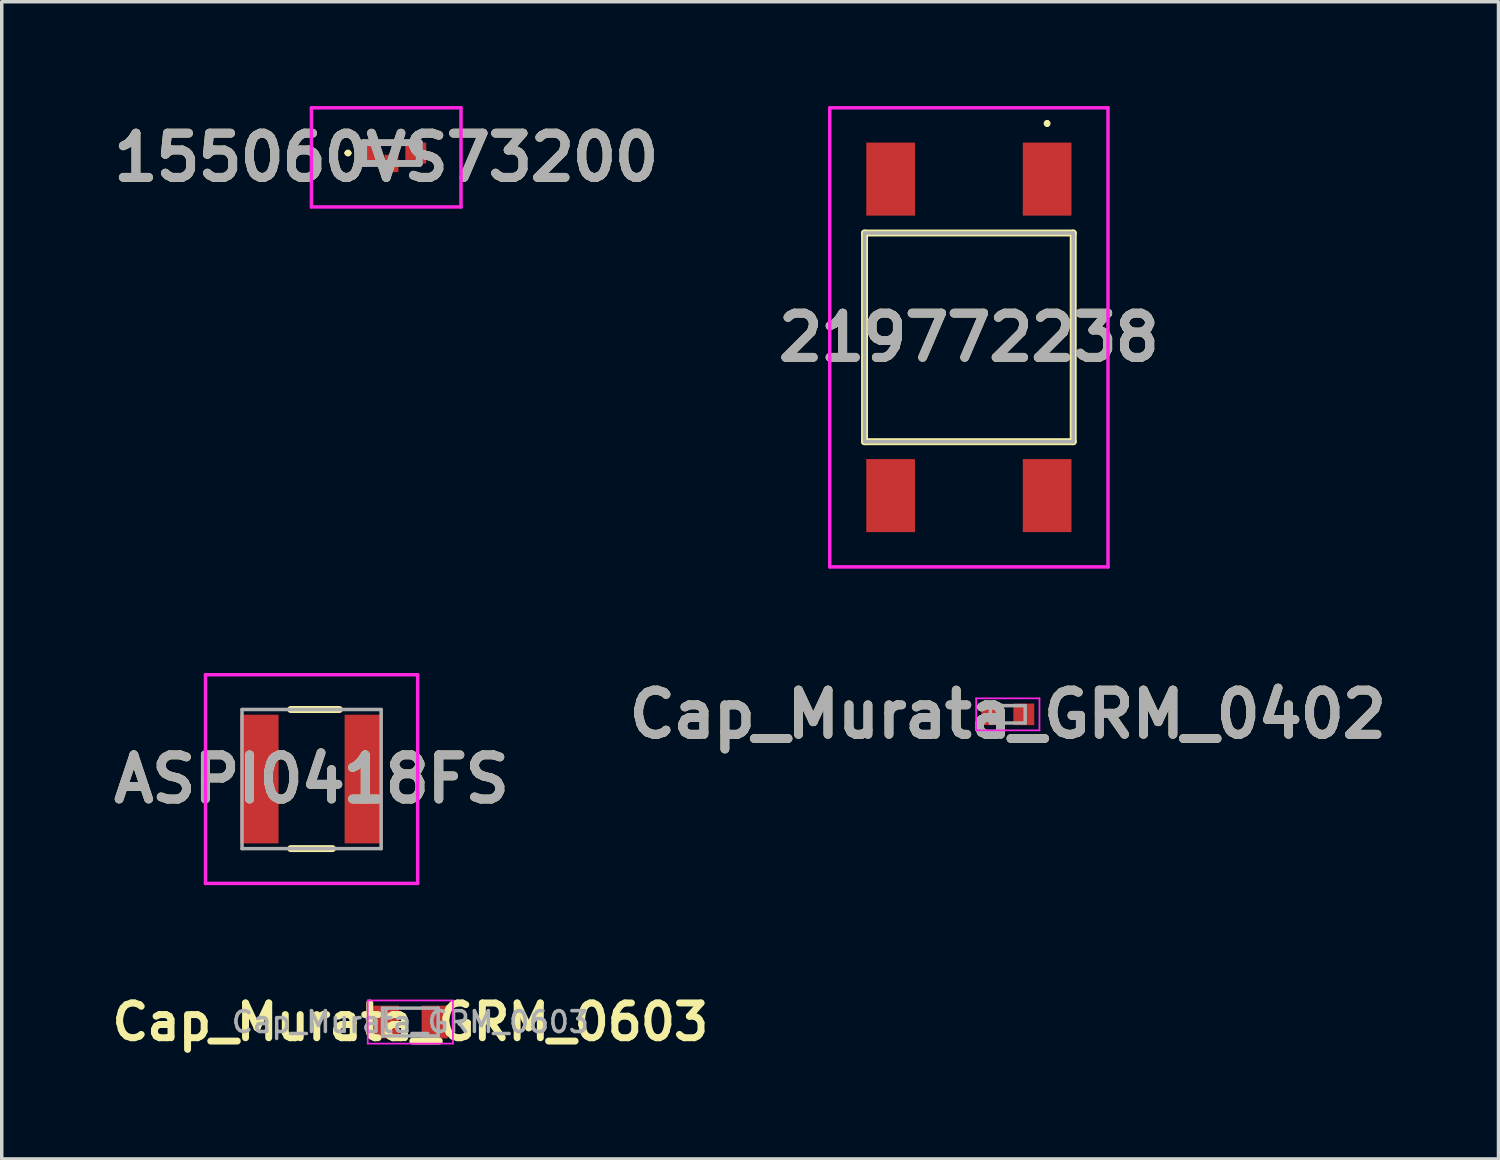
<source format=kicad_pcb>
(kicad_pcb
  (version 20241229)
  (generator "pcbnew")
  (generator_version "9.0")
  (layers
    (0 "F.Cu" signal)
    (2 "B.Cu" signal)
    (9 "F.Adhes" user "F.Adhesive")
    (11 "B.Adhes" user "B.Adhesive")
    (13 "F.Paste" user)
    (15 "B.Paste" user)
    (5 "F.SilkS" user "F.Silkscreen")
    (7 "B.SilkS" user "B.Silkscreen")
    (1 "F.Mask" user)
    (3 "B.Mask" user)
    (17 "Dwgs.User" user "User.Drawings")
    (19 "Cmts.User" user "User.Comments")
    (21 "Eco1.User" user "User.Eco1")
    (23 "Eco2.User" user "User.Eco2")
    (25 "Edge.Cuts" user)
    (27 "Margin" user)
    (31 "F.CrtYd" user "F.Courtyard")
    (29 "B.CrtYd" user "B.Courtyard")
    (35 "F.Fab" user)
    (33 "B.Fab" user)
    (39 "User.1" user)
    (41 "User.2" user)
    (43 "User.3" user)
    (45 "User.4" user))
  (footprint "Cap_Murata_GRM_0402"
    (layer "F.Cu")
    (at 25.927 17.489)
    (property "Reference" "Cap_Murata_GRM_0402" (at 0 0 0) (layer "F.SilkS") (effects (font (size 1.27 1.27) (thickness 0.254))))
    (attr smd)
    (fp_line (start -0.91 -0.46) (end 0.91 -0.46) (stroke (width 0.05) (type solid)) (layer "F.CrtYd"))
    (fp_line (start -0.91 0.46) (end -0.91 -0.46) (stroke (width 0.05) (type solid)) (layer "F.CrtYd"))
    (fp_line (start 0.91 -0.46) (end 0.91 0.46) (stroke (width 0.05) (type solid)) (layer "F.CrtYd"))
    (fp_line (start 0.91 0.46) (end -0.91 0.46) (stroke (width 0.05) (type solid)) (layer "F.CrtYd"))
    (fp_line (start -0.5 -0.25) (end 0.5 -0.25) (stroke (width 0.1) (type solid)) (layer "F.Fab"))
    (fp_line (start -0.5 0.25) (end -0.5 -0.25) (stroke (width 0.1) (type solid)) (layer "F.Fab"))
    (fp_line (start 0.5 -0.25) (end 0.5 0.25) (stroke (width 0.1) (type solid)) (layer "F.Fab"))
    (fp_line (start 0.5 0.25) (end -0.5 0.25) (stroke (width 0.1) (type solid)) (layer "F.Fab"))
    (fp_text user "${REFERENCE}" (at 0 0 0) (layer "F.Fab") (effects (font (size 1.27 1.27) (thickness 0.254))))
    (pad "1" smd rect (at -0.46 0) (size 0.6 0.62) (layers "F.Cu" "F.Mask" "F.Paste"))
    (pad "2" smd rect (at 0.46 0) (size 0.6 0.62) (layers "F.Cu" "F.Mask" "F.Paste")))
  (footprint "155060VS73200"
    (layer "F.Cu")
    (at 8.205 1.35)
    (property "Reference" "155060VS73200" (at -0.15 0.125 0) (layer "F.SilkS") (effects (font (size 1.27 1.27) (thickness 0.254))))
    (attr smd)
    (fp_line (start -1.3 0) (end -1.3 0) (stroke (width 0.1) (type solid)) (layer "F.SilkS"))
    (fp_line (start -1.2 0) (end -1.2 0) (stroke (width 0.1) (type solid)) (layer "F.SilkS"))
    (fp_arc (start -1.3 0) (mid -1.25 -0.05) (end -1.2 0) (stroke (width 0.1) (type solid)) (layer "F.SilkS"))
    (fp_arc (start -1.2 0) (mid -1.25 0.05) (end -1.3 0) (stroke (width 0.1) (type solid)) (layer "F.SilkS"))
    (fp_line (start -2.3 -1.3) (end 2 -1.3) (stroke (width 0.1) (type solid)) (layer "F.CrtYd"))
    (fp_line (start -2.3 1.55) (end -2.3 -1.3) (stroke (width 0.1) (type solid)) (layer "F.CrtYd"))
    (fp_line (start 2 -1.3) (end 2 1.55) (stroke (width 0.1) (type solid)) (layer "F.CrtYd"))
    (fp_line (start 2 1.55) (end -2.3 1.55) (stroke (width 0.1) (type solid)) (layer "F.CrtYd"))
    (fp_line (start -0.8 -0.3) (end 0.8 -0.3) (stroke (width 0.2) (type solid)) (layer "F.Fab"))
    (fp_line (start -0.8 0.3) (end -0.8 -0.3) (stroke (width 0.2) (type solid)) (layer "F.Fab"))
    (fp_line (start 0.8 -0.3) (end 0.8 0.3) (stroke (width 0.2) (type solid)) (layer "F.Fab"))
    (fp_line (start 0.8 0.3) (end -0.8 0.3) (stroke (width 0.2) (type solid)) (layer "F.Fab"))
    (fp_text user "${REFERENCE}" (at -0.15 0.125 0) (layer "F.Fab") (effects (font (size 1.27 1.27) (thickness 0.254))))
    (pad "1" smd rect (at -0.7 0 90) (size 0.6 0.6) (layers "F.Cu" "F.Mask" "F.Paste"))
    (pad "2" smd rect (at 0.7 0 90) (size 0.6 0.6) (layers "F.Cu" "F.Mask" "F.Paste"))
    (pad "3" smd rect (at 0 0.3) (size 0.4 0.5) (layers "F.Cu" "F.Mask" "F.Paste")))
  (footprint "ASPI0418FS"
    (layer "F.Cu")
    (at 5.909 19.35)
    (property "Reference" "ASPI0418FS" (at 0 0 0) (layer "F.SilkS") (effects (font (size 1.27 1.27) (thickness 0.254))))
    (attr smd)
    (fp_line (start -2.6 0) (end -2.6 0) (stroke (width 0.1) (type solid)) (layer "F.SilkS"))
    (fp_line (start -2.5 0) (end -2.5 0) (stroke (width 0.1) (type solid)) (layer "F.SilkS"))
    (fp_line (start -0.6 -2) (end 0.8 -2) (stroke (width 0.2) (type solid)) (layer "F.SilkS"))
    (fp_line (start -0.6 2) (end 0.6 2) (stroke (width 0.2) (type solid)) (layer "F.SilkS"))
    (fp_arc (start -2.6 0) (mid -2.55 -0.05) (end -2.5 0) (stroke (width 0.1) (type solid)) (layer "F.SilkS"))
    (fp_arc (start -2.5 0) (mid -2.55 0.05) (end -2.6 0) (stroke (width 0.1) (type solid)) (layer "F.SilkS"))
    (fp_line (start -3.05 -3) (end 3.05 -3) (stroke (width 0.1) (type solid)) (layer "F.CrtYd"))
    (fp_line (start -3.05 3) (end -3.05 -3) (stroke (width 0.1) (type solid)) (layer "F.CrtYd"))
    (fp_line (start 3.05 -3) (end 3.05 3) (stroke (width 0.1) (type solid)) (layer "F.CrtYd"))
    (fp_line (start 3.05 3) (end -3.05 3) (stroke (width 0.1) (type solid)) (layer "F.CrtYd"))
    (fp_line (start -2 -2) (end -2 2) (stroke (width 0.1) (type solid)) (layer "F.Fab"))
    (fp_line (start -2 2) (end 2 2) (stroke (width 0.1) (type solid)) (layer "F.Fab"))
    (fp_line (start 2 -2) (end -2 -2) (stroke (width 0.1) (type solid)) (layer "F.Fab"))
    (fp_line (start 2 2) (end 2 -2) (stroke (width 0.1) (type solid)) (layer "F.Fab"))
    (fp_text user "${REFERENCE}" (at 0 0 0) (layer "F.Fab") (effects (font (size 1.27 1.27) (thickness 0.254))))
    (pad "1" smd rect (at -1.5 0) (size 1.1 3.7) (layers "F.Cu" "F.Mask" "F.Paste"))
    (pad "2" smd rect (at 1.5 0) (size 1.1 3.7) (layers "F.Cu" "F.Mask" "F.Paste")))
  (footprint "219772238"
    (layer "F.Cu")
    (at 24.808 6.65)
    (property "Reference" "219772238" (at 0 0 0) (layer "F.SilkS") (effects (font (size 1.27 1.27) (thickness 0.254))))
    (attr smd)
    (fp_line (start -3 -3) (end 3 -3) (stroke (width 0.2) (type solid)) (layer "F.SilkS"))
    (fp_line (start -3 3) (end -3 -3) (stroke (width 0.2) (type solid)) (layer "F.SilkS"))
    (fp_line (start 2.25 -6.2) (end 2.25 -6.2) (stroke (width 0.1) (type solid)) (layer "F.SilkS"))
    (fp_line (start 2.25 -6.1) (end 2.25 -6.1) (stroke (width 0.1) (type solid)) (layer "F.SilkS"))
    (fp_line (start 3 -3) (end 3 3) (stroke (width 0.2) (type solid)) (layer "F.SilkS"))
    (fp_line (start 3 3) (end -3 3) (stroke (width 0.2) (type solid)) (layer "F.SilkS"))
    (fp_arc (start 2.25 -6.2) (mid 2.3 -6.15) (end 2.25 -6.1) (stroke (width 0.1) (type solid)) (layer "F.SilkS"))
    (fp_arc (start 2.25 -6.1) (mid 2.2 -6.15) (end 2.25 -6.2) (stroke (width 0.1) (type solid)) (layer "F.SilkS"))
    (fp_line (start -4 -6.6) (end 4 -6.6) (stroke (width 0.1) (type solid)) (layer "F.CrtYd"))
    (fp_line (start -4 6.6) (end -4 -6.6) (stroke (width 0.1) (type solid)) (layer "F.CrtYd"))
    (fp_line (start 4 -6.6) (end 4 6.6) (stroke (width 0.1) (type solid)) (layer "F.CrtYd"))
    (fp_line (start 4 6.6) (end -4 6.6) (stroke (width 0.1) (type solid)) (layer "F.CrtYd"))
    (fp_line (start -3 -3) (end 3 -3) (stroke (width 0.1) (type solid)) (layer "F.Fab"))
    (fp_line (start -3 3) (end -3 -3) (stroke (width 0.1) (type solid)) (layer "F.Fab"))
    (fp_line (start 3 -3) (end 3 3) (stroke (width 0.1) (type solid)) (layer "F.Fab"))
    (fp_line (start 3 3) (end -3 3) (stroke (width 0.1) (type solid)) (layer "F.Fab"))
    (fp_text user "${REFERENCE}" (at 0 0 0) (layer "F.Fab") (effects (font (size 1.27 1.27) (thickness 0.254))))
    (pad "1" smd rect (at 2.25 -4.55) (size 1.4 2.1) (layers "F.Cu" "F.Mask" "F.Paste"))
    (pad "2" smd rect (at 2.25 4.55) (size 1.4 2.1) (layers "F.Cu" "F.Mask" "F.Paste"))
    (pad "3" smd rect (at -2.25 -4.55) (size 1.4 2.1) (layers "F.Cu" "F.Mask" "F.Paste"))
    (pad "4" smd rect (at -2.25 4.55) (size 1.4 2.1) (layers "F.Cu" "F.Mask" "F.Paste")))
  (footprint "Cap_Murata_GRM_0603"
    (layer "F.Cu")
    (at 8.748 26.336)
    (property "Reference" "Cap_Murata_GRM_0603" (at 0 0 0) (layer "F.SilkS") (effects (font (size 1 1) (thickness 0.2))))
    (attr smd)
    (fp_line (start -1.225 -0.62) (end 1.225 -0.62) (stroke (width 0.05) (type solid)) (layer "F.CrtYd"))
    (fp_line (start -1.225 0.62) (end -1.225 -0.62) (stroke (width 0.05) (type solid)) (layer "F.CrtYd"))
    (fp_line (start 1.225 -0.62) (end 1.225 0.62) (stroke (width 0.05) (type solid)) (layer "F.CrtYd"))
    (fp_line (start 1.225 0.62) (end -1.225 0.62) (stroke (width 0.05) (type solid)) (layer "F.CrtYd"))
    (fp_line (start -0.8 -0.4) (end 0.8 -0.4) (stroke (width 0.1) (type solid)) (layer "F.Fab"))
    (fp_line (start -0.8 0.4) (end -0.8 -0.4) (stroke (width 0.1) (type solid)) (layer "F.Fab"))
    (fp_line (start 0.8 -0.4) (end 0.8 0.4) (stroke (width 0.1) (type solid)) (layer "F.Fab"))
    (fp_line (start 0.8 0.4) (end -0.8 0.4) (stroke (width 0.1) (type solid)) (layer "F.Fab"))
    (fp_text user "${REFERENCE}" (at 0 0 0) (layer "F.Fab") (effects (font (size 0.6 0.6) (thickness 0.1) (bold yes))))
    (pad "1" smd rect (at -0.7 0) (size 0.75 0.94) (layers "F.Cu" "F.Mask" "F.Paste"))
    (pad "2" smd rect (at 0.7 0) (size 0.75 0.94) (layers "F.Cu" "F.Mask" "F.Paste")))
  (gr_rect
    (start -3 -3)
    (end 40.036 30.272)
    (stroke (width 0.1) (type default))
    (fill no)
    (layer "Edge.Cuts")))
</source>
